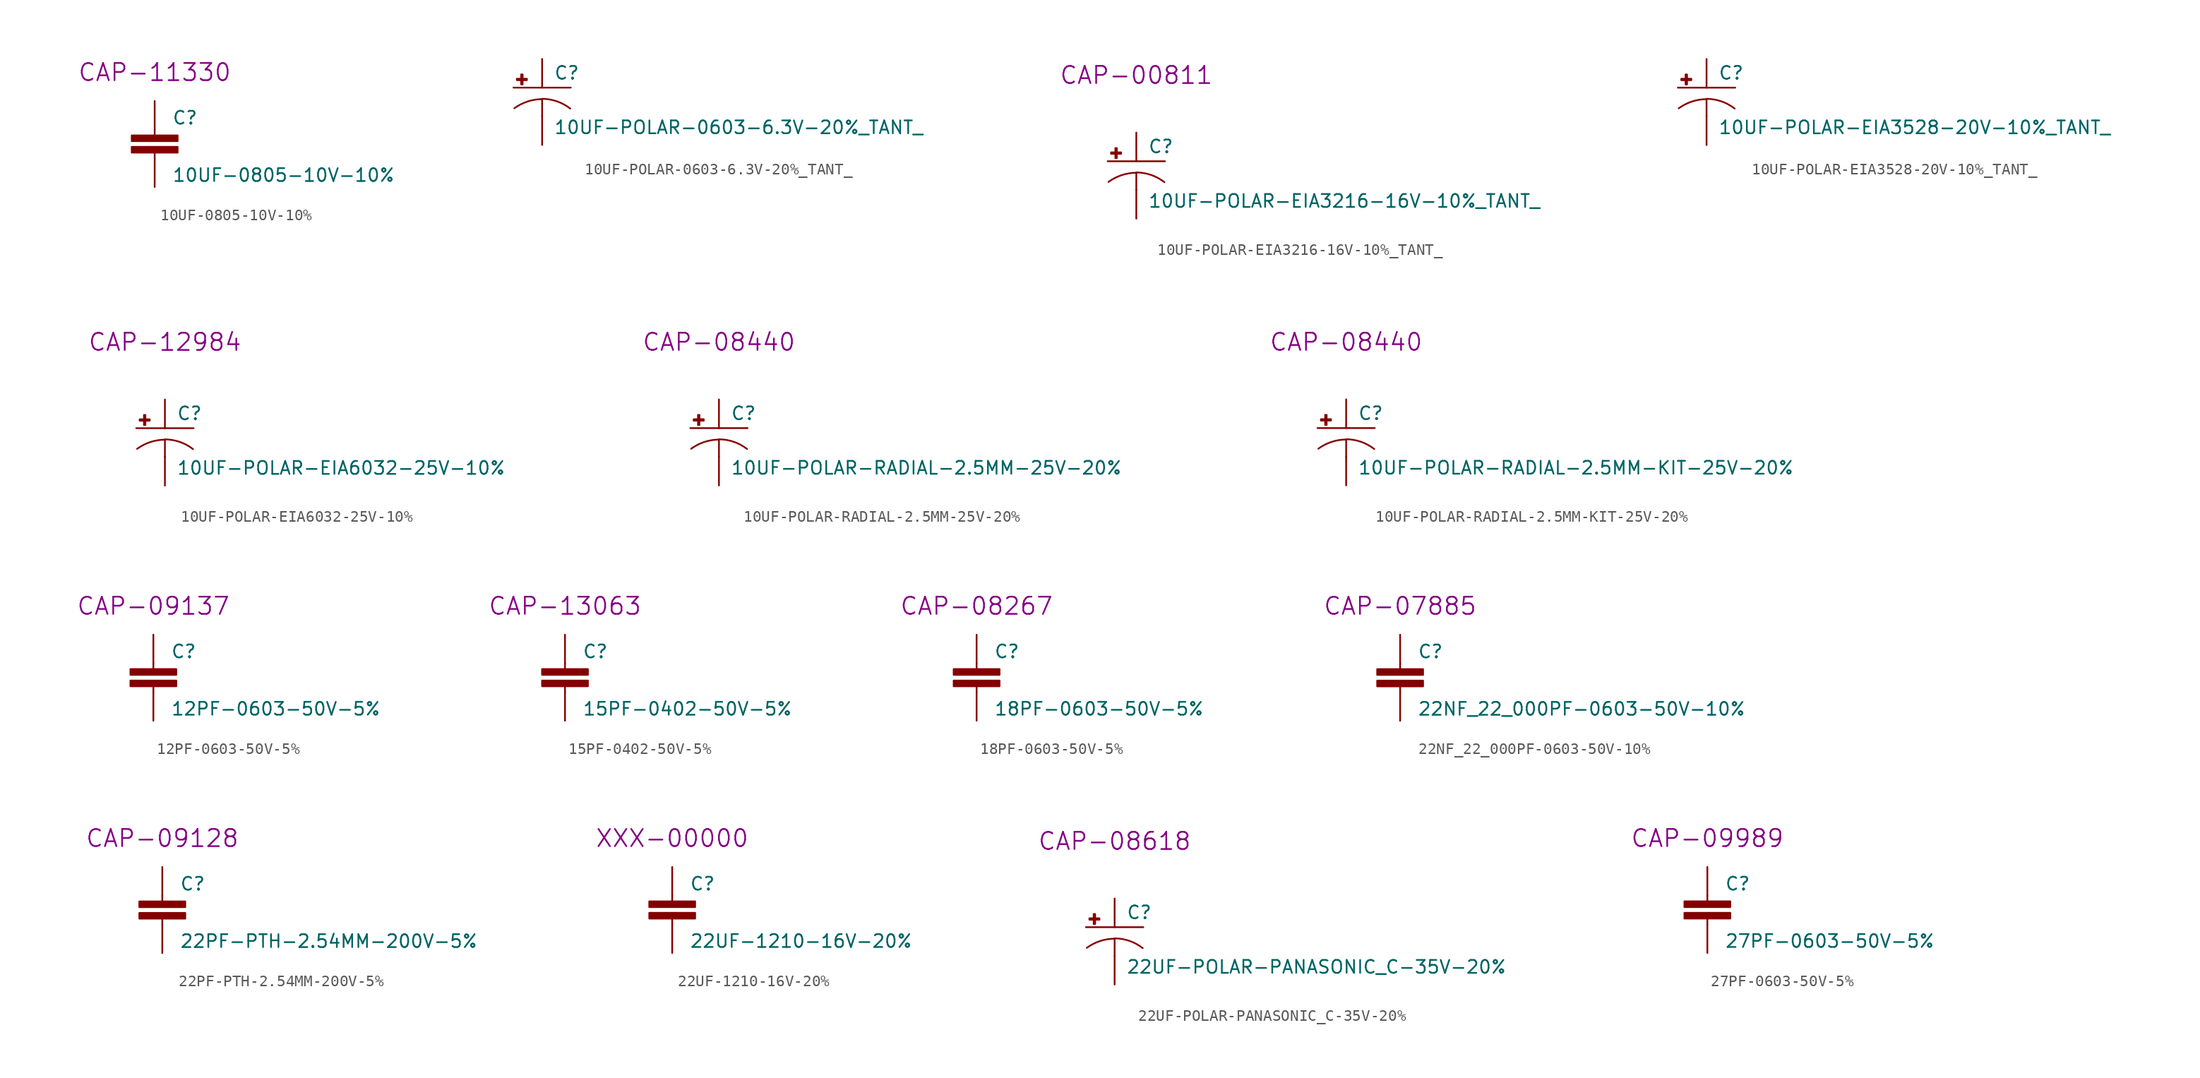
<source format=kicad_sym>
(kicad_symbol_lib
  (version 20220914)
  (generator kicad_symbol_editor)
  (symbol "10UF-0805-10V-10%"
    (pin_numbers hide)
    (pin_names
      (offset 1.016) hide)
    (property "Reference" "C"
      (at 1.524 2.921 0)
      (effects (font (size 1.143 1.143)) (justify left bottom)))
    (property "Value" "10UF-0805-10V-10%"
      (at 1.524 -2.159 0)
      (effects (font (size 1.143 1.143)) (justify left bottom)))
    (property "Field4" "CAP-11330"
      (at 0 7.62 0)
      (effects (font (size 1.524 1.524))))
    (property "ki_locked" ""
      (at 0 0 0)
      (effects (font (size 1.27 1.27))))
    (symbol "10UF-0805-10V-10%_1_0"
      (polyline (pts (xy 0 0) (xy 0 0.508)) (stroke (width 0) (type solid)) (fill (type none)))
      (polyline (pts (xy 0 2.54) (xy 0 2.032)) (stroke (width 0) (type solid)) (fill (type none))))
    (symbol "10UF-0805-10V-10%_1_1"
      (rectangle (start -2.032 0.508) (end 2.032 1.016) (stroke (width 0) (type solid)) (fill (type outline)))
      (rectangle (start -2.032 1.524) (end 2.032 2.032) (stroke (width 0) (type solid)) (fill (type outline)))
      (pin passive line (at 0 5.08 270) (length 2.54) (name "1" (effects (font (size 1.016 1.016)))) (number "1" (effects (font (size 1.016 1.016)))))
      (pin passive line (at 0 -2.54 90) (length 2.54) (name "2" (effects (font (size 1.016 1.016)))) (number "2" (effects (font (size 1.016 1.016)))))))
  (symbol "10UF-POLAR-0603-6.3V-20%_TANT_"
    (pin_numbers hide)
    (pin_names
      (offset 1.016) hide)
    (property "Reference" "C"
      (at 1.016 0.635 0)
      (effects (font (size 1.143 1.143)) (justify left bottom)))
    (property "Value" "10UF-POLAR-0603-6.3V-20%_TANT_"
      (at 1.016 -4.191 0)
      (effects (font (size 1.143 1.143)) (justify left bottom)))
    (property "ki_locked" ""
      (at 0 0 0)
      (effects (font (size 1.27 1.27))))
    (symbol "10UF-POLAR-0603-6.3V-20%_TANT__1_0"
      (polyline (pts (xy -2.54 0) (xy 2.54 0)) (stroke (width 0) (type solid)) (fill (type none)))
      (polyline (pts (xy 0 -1.016) (xy 0 -2.54)) (stroke (width 0) (type solid)) (fill (type none))))
    (symbol "10UF-POLAR-0603-6.3V-20%_TANT__1_1"
      (rectangle (start -2.235 0.66) (end -1.346 0.787) (stroke (width 0) (type solid)) (fill (type outline)))
      (rectangle (start -1.854 0.279) (end -1.727 1.168) (stroke (width 0) (type solid)) (fill (type outline)))
      (arc (start 0 -1.016) (mid -1.2939 -1.2289) (end -2.4638 -1.8288) (stroke (width 0) (type solid)) (fill (type none)))
      (arc (start 2.4892 -1.8542) (mid 1.3167 -1.2157) (end 0 -0.9906) (stroke (width 0) (type solid)) (fill (type none)))
      (pin passive line (at 0 2.54 270) (length 2.54) (name "+" (effects (font (size 1.016 1.016)))) (number "+" (effects (font (size 1.016 1.016)))))
      (pin passive line (at 0 -5.08 90) (length 2.54) (name "-" (effects (font (size 1.016 1.016)))) (number "-" (effects (font (size 1.016 1.016)))))))
  (symbol "10UF-POLAR-EIA3216-16V-10%_TANT_"
    (pin_numbers hide)
    (pin_names
      (offset 1.016) hide)
    (property "Reference" "C"
      (at 1.016 0.635 0)
      (effects (font (size 1.143 1.143)) (justify left bottom)))
    (property "Value" "10UF-POLAR-EIA3216-16V-10%_TANT_"
      (at 1.016 -4.191 0)
      (effects (font (size 1.143 1.143)) (justify left bottom)))
    (property "Field4" "CAP-00811"
      (at 0 7.62 0)
      (effects (font (size 1.524 1.524))))
    (property "ki_locked" ""
      (at 0 0 0)
      (effects (font (size 1.27 1.27))))
    (symbol "10UF-POLAR-EIA3216-16V-10%_TANT__1_0"
      (polyline (pts (xy -2.54 0) (xy 2.54 0)) (stroke (width 0) (type solid)) (fill (type none)))
      (polyline (pts (xy 0 -1.016) (xy 0 -2.54)) (stroke (width 0) (type solid)) (fill (type none))))
    (symbol "10UF-POLAR-EIA3216-16V-10%_TANT__1_1"
      (rectangle (start -2.235 0.66) (end -1.346 0.787) (stroke (width 0) (type solid)) (fill (type outline)))
      (rectangle (start -1.854 0.279) (end -1.727 1.168) (stroke (width 0) (type solid)) (fill (type outline)))
      (arc (start 0 -1.016) (mid -1.2939 -1.2289) (end -2.4638 -1.8288) (stroke (width 0) (type solid)) (fill (type none)))
      (arc (start 2.4892 -1.8542) (mid 1.3167 -1.2157) (end 0 -0.9906) (stroke (width 0) (type solid)) (fill (type none)))
      (pin passive line (at 0 2.54 270) (length 2.54) (name "+" (effects (font (size 1.016 1.016)))) (number "+" (effects (font (size 1.016 1.016)))))
      (pin passive line (at 0 -5.08 90) (length 2.54) (name "-" (effects (font (size 1.016 1.016)))) (number "-" (effects (font (size 1.016 1.016)))))))
  (symbol "10UF-POLAR-EIA3528-20V-10%_TANT_"
    (pin_numbers hide)
    (pin_names
      (offset 1.016) hide)
    (property "Reference" "C"
      (at 1.016 0.635 0)
      (effects (font (size 1.143 1.143)) (justify left bottom)))
    (property "Value" "10UF-POLAR-EIA3528-20V-10%_TANT_"
      (at 1.016 -4.191 0)
      (effects (font (size 1.143 1.143)) (justify left bottom)))
    (property "ki_locked" ""
      (at 0 0 0)
      (effects (font (size 1.27 1.27))))
    (symbol "10UF-POLAR-EIA3528-20V-10%_TANT__1_0"
      (polyline (pts (xy -2.54 0) (xy 2.54 0)) (stroke (width 0) (type solid)) (fill (type none)))
      (polyline (pts (xy 0 -1.016) (xy 0 -2.54)) (stroke (width 0) (type solid)) (fill (type none))))
    (symbol "10UF-POLAR-EIA3528-20V-10%_TANT__1_1"
      (rectangle (start -2.235 0.66) (end -1.346 0.787) (stroke (width 0) (type solid)) (fill (type outline)))
      (rectangle (start -1.854 0.279) (end -1.727 1.168) (stroke (width 0) (type solid)) (fill (type outline)))
      (arc (start 0 -1.016) (mid -1.2939 -1.2289) (end -2.4638 -1.8288) (stroke (width 0) (type solid)) (fill (type none)))
      (arc (start 2.4892 -1.8542) (mid 1.3167 -1.2157) (end 0 -0.9906) (stroke (width 0) (type solid)) (fill (type none)))
      (pin passive line (at 0 2.54 270) (length 2.54) (name "+" (effects (font (size 1.016 1.016)))) (number "A" (effects (font (size 1.016 1.016)))))
      (pin passive line (at 0 -5.08 90) (length 2.54) (name "-" (effects (font (size 1.016 1.016)))) (number "C" (effects (font (size 1.016 1.016)))))))
  (symbol "10UF-POLAR-EIA6032-25V-10%"
    (pin_numbers hide)
    (pin_names
      (offset 1.016) hide)
    (property "Reference" "C"
      (at 1.016 0.635 0)
      (effects (font (size 1.143 1.143)) (justify left bottom)))
    (property "Value" "10UF-POLAR-EIA6032-25V-10%"
      (at 1.016 -4.191 0)
      (effects (font (size 1.143 1.143)) (justify left bottom)))
    (property "Field4" "CAP-12984"
      (at 0 7.62 0)
      (effects (font (size 1.524 1.524))))
    (property "ki_locked" ""
      (at 0 0 0)
      (effects (font (size 1.27 1.27))))
    (symbol "10UF-POLAR-EIA6032-25V-10%_1_0"
      (polyline (pts (xy -2.54 0) (xy 2.54 0)) (stroke (width 0) (type solid)) (fill (type none)))
      (polyline (pts (xy 0 -1.016) (xy 0 -2.54)) (stroke (width 0) (type solid)) (fill (type none))))
    (symbol "10UF-POLAR-EIA6032-25V-10%_1_1"
      (rectangle (start -2.235 0.66) (end -1.346 0.787) (stroke (width 0) (type solid)) (fill (type outline)))
      (rectangle (start -1.854 0.279) (end -1.727 1.168) (stroke (width 0) (type solid)) (fill (type outline)))
      (arc (start 0 -1.016) (mid -1.2939 -1.2289) (end -2.4638 -1.8288) (stroke (width 0) (type solid)) (fill (type none)))
      (arc (start 2.4892 -1.8542) (mid 1.3167 -1.2157) (end 0 -0.9906) (stroke (width 0) (type solid)) (fill (type none)))
      (pin passive line (at 0 2.54 270) (length 2.54) (name "+" (effects (font (size 1.016 1.016)))) (number "A" (effects (font (size 1.016 1.016)))))
      (pin passive line (at 0 -5.08 90) (length 2.54) (name "-" (effects (font (size 1.016 1.016)))) (number "C" (effects (font (size 1.016 1.016)))))))
  (symbol "10UF-POLAR-RADIAL-2.5MM-25V-20%"
    (pin_numbers hide)
    (pin_names
      (offset 1.016) hide)
    (property "Reference" "C"
      (at 1.016 0.635 0)
      (effects (font (size 1.143 1.143)) (justify left bottom)))
    (property "Value" "10UF-POLAR-RADIAL-2.5MM-25V-20%"
      (at 1.016 -4.191 0)
      (effects (font (size 1.143 1.143)) (justify left bottom)))
    (property "Field4" "CAP-08440"
      (at 0 7.62 0)
      (effects (font (size 1.524 1.524))))
    (property "ki_locked" ""
      (at 0 0 0)
      (effects (font (size 1.27 1.27))))
    (symbol "10UF-POLAR-RADIAL-2.5MM-25V-20%_1_0"
      (polyline (pts (xy -2.54 0) (xy 2.54 0)) (stroke (width 0) (type solid)) (fill (type none)))
      (polyline (pts (xy 0 -1.016) (xy 0 -2.54)) (stroke (width 0) (type solid)) (fill (type none))))
    (symbol "10UF-POLAR-RADIAL-2.5MM-25V-20%_1_1"
      (rectangle (start -2.235 0.66) (end -1.346 0.787) (stroke (width 0) (type solid)) (fill (type outline)))
      (rectangle (start -1.854 0.279) (end -1.727 1.168) (stroke (width 0) (type solid)) (fill (type outline)))
      (arc (start 0 -1.016) (mid -1.2939 -1.2289) (end -2.4638 -1.8288) (stroke (width 0) (type solid)) (fill (type none)))
      (arc (start 2.4892 -1.8542) (mid 1.3167 -1.2157) (end 0 -0.9906) (stroke (width 0) (type solid)) (fill (type none)))
      (pin passive line (at 0 2.54 270) (length 2.54) (name "+" (effects (font (size 1.016 1.016)))) (number "1" (effects (font (size 1.016 1.016)))))
      (pin passive line (at 0 -5.08 90) (length 2.54) (name "-" (effects (font (size 1.016 1.016)))) (number "2" (effects (font (size 1.016 1.016)))))))
  (symbol "10UF-POLAR-RADIAL-2.5MM-KIT-25V-20%"
    (pin_numbers hide)
    (pin_names
      (offset 1.016) hide)
    (property "Reference" "C"
      (at 1.016 0.635 0)
      (effects (font (size 1.143 1.143)) (justify left bottom)))
    (property "Value" "10UF-POLAR-RADIAL-2.5MM-KIT-25V-20%"
      (at 1.016 -4.191 0)
      (effects (font (size 1.143 1.143)) (justify left bottom)))
    (property "Field4" "CAP-08440"
      (at 0 7.62 0)
      (effects (font (size 1.524 1.524))))
    (property "ki_locked" ""
      (at 0 0 0)
      (effects (font (size 1.27 1.27))))
    (symbol "10UF-POLAR-RADIAL-2.5MM-KIT-25V-20%_1_0"
      (polyline (pts (xy -2.54 0) (xy 2.54 0)) (stroke (width 0) (type solid)) (fill (type none)))
      (polyline (pts (xy 0 -1.016) (xy 0 -2.54)) (stroke (width 0) (type solid)) (fill (type none))))
    (symbol "10UF-POLAR-RADIAL-2.5MM-KIT-25V-20%_1_1"
      (rectangle (start -2.235 0.66) (end -1.346 0.787) (stroke (width 0) (type solid)) (fill (type outline)))
      (rectangle (start -1.854 0.279) (end -1.727 1.168) (stroke (width 0) (type solid)) (fill (type outline)))
      (arc (start 0 -1.016) (mid -1.2939 -1.2289) (end -2.4638 -1.8288) (stroke (width 0) (type solid)) (fill (type none)))
      (arc (start 2.4892 -1.8542) (mid 1.3167 -1.2157) (end 0 -0.9906) (stroke (width 0) (type solid)) (fill (type none)))
      (pin passive line (at 0 2.54 270) (length 2.54) (name "+" (effects (font (size 1.016 1.016)))) (number "1" (effects (font (size 1.016 1.016)))))
      (pin passive line (at 0 -5.08 90) (length 2.54) (name "-" (effects (font (size 1.016 1.016)))) (number "2" (effects (font (size 1.016 1.016)))))))
  (symbol "12PF-0603-50V-5%"
    (pin_numbers hide)
    (pin_names
      (offset 1.016) hide)
    (property "Reference" "C"
      (at 1.524 2.921 0)
      (effects (font (size 1.143 1.143)) (justify left bottom)))
    (property "Value" "12PF-0603-50V-5%"
      (at 1.524 -2.159 0)
      (effects (font (size 1.143 1.143)) (justify left bottom)))
    (property "Field4" "CAP-09137"
      (at 0 7.62 0)
      (effects (font (size 1.524 1.524))))
    (property "ki_locked" ""
      (at 0 0 0)
      (effects (font (size 1.27 1.27))))
    (symbol "12PF-0603-50V-5%_1_0"
      (polyline (pts (xy 0 0) (xy 0 0.508)) (stroke (width 0) (type solid)) (fill (type none)))
      (polyline (pts (xy 0 2.54) (xy 0 2.032)) (stroke (width 0) (type solid)) (fill (type none))))
    (symbol "12PF-0603-50V-5%_1_1"
      (rectangle (start -2.032 0.508) (end 2.032 1.016) (stroke (width 0) (type solid)) (fill (type outline)))
      (rectangle (start -2.032 1.524) (end 2.032 2.032) (stroke (width 0) (type solid)) (fill (type outline)))
      (pin passive line (at 0 5.08 270) (length 2.54) (name "1" (effects (font (size 1.016 1.016)))) (number "1" (effects (font (size 1.016 1.016)))))
      (pin passive line (at 0 -2.54 90) (length 2.54) (name "2" (effects (font (size 1.016 1.016)))) (number "2" (effects (font (size 1.016 1.016)))))))
  (symbol "15PF-0402-50V-5%"
    (pin_numbers hide)
    (pin_names
      (offset 1.016) hide)
    (property "Reference" "C"
      (at 1.524 2.921 0)
      (effects (font (size 1.143 1.143)) (justify left bottom)))
    (property "Value" "15PF-0402-50V-5%"
      (at 1.524 -2.159 0)
      (effects (font (size 1.143 1.143)) (justify left bottom)))
    (property "Field4" "CAP-13063"
      (at 0 7.62 0)
      (effects (font (size 1.524 1.524))))
    (property "ki_locked" ""
      (at 0 0 0)
      (effects (font (size 1.27 1.27))))
    (symbol "15PF-0402-50V-5%_1_0"
      (polyline (pts (xy 0 0) (xy 0 0.508)) (stroke (width 0) (type solid)) (fill (type none)))
      (polyline (pts (xy 0 2.54) (xy 0 2.032)) (stroke (width 0) (type solid)) (fill (type none))))
    (symbol "15PF-0402-50V-5%_1_1"
      (rectangle (start -2.032 0.508) (end 2.032 1.016) (stroke (width 0) (type solid)) (fill (type outline)))
      (rectangle (start -2.032 1.524) (end 2.032 2.032) (stroke (width 0) (type solid)) (fill (type outline)))
      (pin passive line (at 0 5.08 270) (length 2.54) (name "1" (effects (font (size 1.016 1.016)))) (number "1" (effects (font (size 1.016 1.016)))))
      (pin passive line (at 0 -2.54 90) (length 2.54) (name "2" (effects (font (size 1.016 1.016)))) (number "2" (effects (font (size 1.016 1.016)))))))
  (symbol "18PF-0603-50V-5%"
    (pin_numbers hide)
    (pin_names
      (offset 1.016) hide)
    (property "Reference" "C"
      (at 1.524 2.921 0)
      (effects (font (size 1.143 1.143)) (justify left bottom)))
    (property "Value" "18PF-0603-50V-5%"
      (at 1.524 -2.159 0)
      (effects (font (size 1.143 1.143)) (justify left bottom)))
    (property "Field4" "CAP-08267"
      (at 0 7.62 0)
      (effects (font (size 1.524 1.524))))
    (property "ki_locked" ""
      (at 0 0 0)
      (effects (font (size 1.27 1.27))))
    (symbol "18PF-0603-50V-5%_1_0"
      (polyline (pts (xy 0 0) (xy 0 0.508)) (stroke (width 0) (type solid)) (fill (type none)))
      (polyline (pts (xy 0 2.54) (xy 0 2.032)) (stroke (width 0) (type solid)) (fill (type none))))
    (symbol "18PF-0603-50V-5%_1_1"
      (rectangle (start -2.032 0.508) (end 2.032 1.016) (stroke (width 0) (type solid)) (fill (type outline)))
      (rectangle (start -2.032 1.524) (end 2.032 2.032) (stroke (width 0) (type solid)) (fill (type outline)))
      (pin passive line (at 0 5.08 270) (length 2.54) (name "1" (effects (font (size 1.016 1.016)))) (number "1" (effects (font (size 1.016 1.016)))))
      (pin passive line (at 0 -2.54 90) (length 2.54) (name "2" (effects (font (size 1.016 1.016)))) (number "2" (effects (font (size 1.016 1.016)))))))
  (symbol "22NF_22_000PF-0603-50V-10%"
    (pin_numbers hide)
    (pin_names
      (offset 1.016) hide)
    (property "Reference" "C"
      (at 1.524 2.921 0)
      (effects (font (size 1.143 1.143)) (justify left bottom)))
    (property "Value" "22NF_22_000PF-0603-50V-10%"
      (at 1.524 -2.159 0)
      (effects (font (size 1.143 1.143)) (justify left bottom)))
    (property "Field4" "CAP-07885"
      (at 0 7.62 0)
      (effects (font (size 1.524 1.524))))
    (property "ki_locked" ""
      (at 0 0 0)
      (effects (font (size 1.27 1.27))))
    (symbol "22NF_22_000PF-0603-50V-10%_1_0"
      (polyline (pts (xy 0 0) (xy 0 0.508)) (stroke (width 0) (type solid)) (fill (type none)))
      (polyline (pts (xy 0 2.54) (xy 0 2.032)) (stroke (width 0) (type solid)) (fill (type none))))
    (symbol "22NF_22_000PF-0603-50V-10%_1_1"
      (rectangle (start -2.032 0.508) (end 2.032 1.016) (stroke (width 0) (type solid)) (fill (type outline)))
      (rectangle (start -2.032 1.524) (end 2.032 2.032) (stroke (width 0) (type solid)) (fill (type outline)))
      (pin passive line (at 0 5.08 270) (length 2.54) (name "1" (effects (font (size 1.016 1.016)))) (number "1" (effects (font (size 1.016 1.016)))))
      (pin passive line (at 0 -2.54 90) (length 2.54) (name "2" (effects (font (size 1.016 1.016)))) (number "2" (effects (font (size 1.016 1.016)))))))
  (symbol "22PF-PTH-2.54MM-200V-5%"
    (pin_numbers hide)
    (pin_names
      (offset 1.016) hide)
    (property "Reference" "C"
      (at 1.524 2.921 0)
      (effects (font (size 1.143 1.143)) (justify left bottom)))
    (property "Value" "22PF-PTH-2.54MM-200V-5%"
      (at 1.524 -2.159 0)
      (effects (font (size 1.143 1.143)) (justify left bottom)))
    (property "Field4" "CAP-09128"
      (at 0 7.62 0)
      (effects (font (size 1.524 1.524))))
    (property "ki_locked" ""
      (at 0 0 0)
      (effects (font (size 1.27 1.27))))
    (symbol "22PF-PTH-2.54MM-200V-5%_1_0"
      (polyline (pts (xy 0 0) (xy 0 0.508)) (stroke (width 0) (type solid)) (fill (type none)))
      (polyline (pts (xy 0 2.54) (xy 0 2.032)) (stroke (width 0) (type solid)) (fill (type none))))
    (symbol "22PF-PTH-2.54MM-200V-5%_1_1"
      (rectangle (start -2.032 0.508) (end 2.032 1.016) (stroke (width 0) (type solid)) (fill (type outline)))
      (rectangle (start -2.032 1.524) (end 2.032 2.032) (stroke (width 0) (type solid)) (fill (type outline)))
      (pin passive line (at 0 5.08 270) (length 2.54) (name "1" (effects (font (size 1.016 1.016)))) (number "1" (effects (font (size 1.016 1.016)))))
      (pin passive line (at 0 -2.54 90) (length 2.54) (name "2" (effects (font (size 1.016 1.016)))) (number "2" (effects (font (size 1.016 1.016)))))))
  (symbol "22UF-1210-16V-20%"
    (pin_numbers hide)
    (pin_names
      (offset 1.016) hide)
    (property "Reference" "C"
      (at 1.524 2.921 0)
      (effects (font (size 1.143 1.143)) (justify left bottom)))
    (property "Value" "22UF-1210-16V-20%"
      (at 1.524 -2.159 0)
      (effects (font (size 1.143 1.143)) (justify left bottom)))
    (property "Field4" "XXX-00000"
      (at 0 7.62 0)
      (effects (font (size 1.524 1.524))))
    (property "ki_locked" ""
      (at 0 0 0)
      (effects (font (size 1.27 1.27))))
    (symbol "22UF-1210-16V-20%_1_0"
      (polyline (pts (xy 0 0) (xy 0 0.508)) (stroke (width 0) (type solid)) (fill (type none)))
      (polyline (pts (xy 0 2.54) (xy 0 2.032)) (stroke (width 0) (type solid)) (fill (type none))))
    (symbol "22UF-1210-16V-20%_1_1"
      (rectangle (start -2.032 0.508) (end 2.032 1.016) (stroke (width 0) (type solid)) (fill (type outline)))
      (rectangle (start -2.032 1.524) (end 2.032 2.032) (stroke (width 0) (type solid)) (fill (type outline)))
      (pin passive line (at 0 5.08 270) (length 2.54) (name "1" (effects (font (size 1.016 1.016)))) (number "1" (effects (font (size 1.016 1.016)))))
      (pin passive line (at 0 -2.54 90) (length 2.54) (name "2" (effects (font (size 1.016 1.016)))) (number "2" (effects (font (size 1.016 1.016)))))))
  (symbol "22UF-POLAR-PANASONIC_C-35V-20%"
    (pin_numbers hide)
    (pin_names
      (offset 1.016) hide)
    (property "Reference" "C"
      (at 1.016 0.635 0)
      (effects (font (size 1.143 1.143)) (justify left bottom)))
    (property "Value" "22UF-POLAR-PANASONIC_C-35V-20%"
      (at 1.016 -4.191 0)
      (effects (font (size 1.143 1.143)) (justify left bottom)))
    (property "Field4" "CAP-08618"
      (at 0 7.62 0)
      (effects (font (size 1.524 1.524))))
    (property "ki_locked" ""
      (at 0 0 0)
      (effects (font (size 1.27 1.27))))
    (symbol "22UF-POLAR-PANASONIC_C-35V-20%_1_0"
      (polyline (pts (xy -2.54 0) (xy 2.54 0)) (stroke (width 0) (type solid)) (fill (type none)))
      (polyline (pts (xy 0 -1.016) (xy 0 -2.54)) (stroke (width 0) (type solid)) (fill (type none))))
    (symbol "22UF-POLAR-PANASONIC_C-35V-20%_1_1"
      (rectangle (start -2.235 0.66) (end -1.346 0.787) (stroke (width 0) (type solid)) (fill (type outline)))
      (rectangle (start -1.854 0.279) (end -1.727 1.168) (stroke (width 0) (type solid)) (fill (type outline)))
      (arc (start 0 -1.016) (mid -1.2939 -1.2289) (end -2.4638 -1.8288) (stroke (width 0) (type solid)) (fill (type none)))
      (arc (start 2.4892 -1.8542) (mid 1.3167 -1.2157) (end 0 -0.9906) (stroke (width 0) (type solid)) (fill (type none)))
      (pin passive line (at 0 2.54 270) (length 2.54) (name "+" (effects (font (size 1.016 1.016)))) (number "+" (effects (font (size 1.016 1.016)))))
      (pin passive line (at 0 -5.08 90) (length 2.54) (name "-" (effects (font (size 1.016 1.016)))) (number "-" (effects (font (size 1.016 1.016)))))))
  (symbol "27PF-0603-50V-5%"
    (pin_numbers hide)
    (pin_names
      (offset 1.016) hide)
    (property "Reference" "C"
      (at 1.524 2.921 0)
      (effects (font (size 1.143 1.143)) (justify left bottom)))
    (property "Value" "27PF-0603-50V-5%"
      (at 1.524 -2.159 0)
      (effects (font (size 1.143 1.143)) (justify left bottom)))
    (property "Field4" "CAP-09989"
      (at 0 7.62 0)
      (effects (font (size 1.524 1.524))))
    (property "ki_locked" ""
      (at 0 0 0)
      (effects (font (size 1.27 1.27))))
    (symbol "27PF-0603-50V-5%_1_0"
      (polyline (pts (xy 0 0) (xy 0 0.508)) (stroke (width 0) (type solid)) (fill (type none)))
      (polyline (pts (xy 0 2.54) (xy 0 2.032)) (stroke (width 0) (type solid)) (fill (type none))))
    (symbol "27PF-0603-50V-5%_1_1"
      (rectangle (start -2.032 0.508) (end 2.032 1.016) (stroke (width 0) (type solid)) (fill (type outline)))
      (rectangle (start -2.032 1.524) (end 2.032 2.032) (stroke (width 0) (type solid)) (fill (type outline)))
      (pin passive line (at 0 5.08 270) (length 2.54) (name "1" (effects (font (size 1.016 1.016)))) (number "1" (effects (font (size 1.016 1.016)))))
      (pin passive line (at 0 -2.54 90) (length 2.54) (name "2" (effects (font (size 1.016 1.016)))) (number "2" (effects (font (size 1.016 1.016))))))))
</source>
